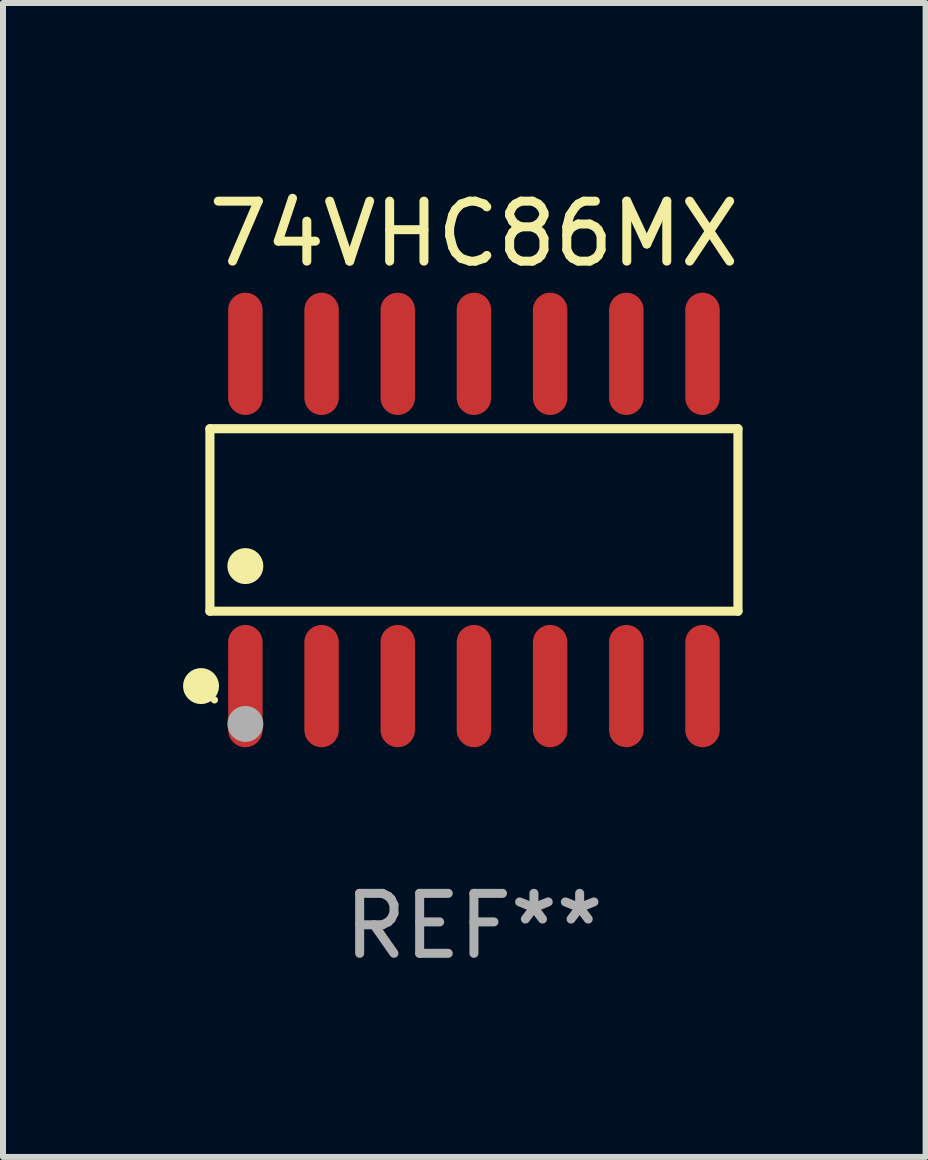
<source format=kicad_pcb>
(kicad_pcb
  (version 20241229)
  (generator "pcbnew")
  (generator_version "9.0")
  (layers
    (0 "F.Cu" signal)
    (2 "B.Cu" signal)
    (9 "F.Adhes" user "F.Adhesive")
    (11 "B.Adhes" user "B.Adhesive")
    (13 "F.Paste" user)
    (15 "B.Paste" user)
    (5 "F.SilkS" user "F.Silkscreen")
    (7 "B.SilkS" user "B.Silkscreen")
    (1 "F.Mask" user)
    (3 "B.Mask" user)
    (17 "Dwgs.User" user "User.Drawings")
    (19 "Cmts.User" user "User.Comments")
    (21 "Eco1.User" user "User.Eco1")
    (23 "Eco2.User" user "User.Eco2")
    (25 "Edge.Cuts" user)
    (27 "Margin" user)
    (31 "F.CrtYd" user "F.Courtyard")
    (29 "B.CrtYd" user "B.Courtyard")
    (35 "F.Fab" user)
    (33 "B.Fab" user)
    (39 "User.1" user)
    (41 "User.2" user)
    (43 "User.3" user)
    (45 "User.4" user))
  (footprint "74VHC86MX"
    (layer "F.Cu")
    (at 4.85 5.617)
    (property "Reference" "74VHC86MX" (at 0 -4.769 0) (layer "F.SilkS") (effects (font (size 1 1) (thickness 0.15))))
    (attr through_hole)
    (fp_line (start -4.401 -1.521) (end 4.401 -1.521) (stroke (width 0.152) (type solid)) (layer "F.SilkS"))
    (fp_line (start -4.401 1.521) (end -4.401 -1.521) (stroke (width 0.152) (type solid)) (layer "F.SilkS"))
    (fp_line (start 4.401 -1.521) (end 4.401 1.521) (stroke (width 0.152) (type solid)) (layer "F.SilkS"))
    (fp_line (start 4.401 1.521) (end -4.401 1.521) (stroke (width 0.152) (type solid)) (layer "F.SilkS"))
    (fp_circle (center -4.549 2.769) (end -4.399 2.769) (stroke (width 0.3) (type solid)) (fill no) (layer "F.SilkS"))
    (fp_circle (center -4.325 3) (end -4.295 3) (stroke (width 0.06) (type solid)) (fill no) (layer "F.SilkS"))
    (fp_circle (center -3.81 0.769) (end -3.66 0.769) (stroke (width 0.3) (type solid)) (fill no) (layer "F.SilkS"))
    (fp_circle (center -3.81 3.4) (end -3.66 3.4) (stroke (width 0.3) (type solid)) (fill no) (layer "F.Fab"))
    (fp_text user "REF**" (at 0 6.769 0) (layer "F.Fab") (effects (font (size 1 1) (thickness 0.15))))
    (pad "1" smd oval (at -3.81 2.769) (size 0.574 2.038) (layers "F.Cu" "F.Mask" "F.Paste"))
    (pad "2" smd oval (at -2.54 2.769) (size 0.574 2.038) (layers "F.Cu" "F.Mask" "F.Paste"))
    (pad "3" smd oval (at -1.27 2.769) (size 0.574 2.038) (layers "F.Cu" "F.Mask" "F.Paste"))
    (pad "4" smd oval (at 0 2.769) (size 0.574 2.038) (layers "F.Cu" "F.Mask" "F.Paste"))
    (pad "5" smd oval (at 1.27 2.769) (size 0.574 2.038) (layers "F.Cu" "F.Mask" "F.Paste"))
    (pad "6" smd oval (at 2.54 2.769) (size 0.574 2.038) (layers "F.Cu" "F.Mask" "F.Paste"))
    (pad "7" smd oval (at 3.81 2.769) (size 0.574 2.038) (layers "F.Cu" "F.Mask" "F.Paste"))
    (pad "8" smd oval (at 3.81 -2.769) (size 0.574 2.038) (layers "F.Cu" "F.Mask" "F.Paste"))
    (pad "9" smd oval (at 2.54 -2.769) (size 0.574 2.038) (layers "F.Cu" "F.Mask" "F.Paste"))
    (pad "10" smd oval (at 1.27 -2.769) (size 0.574 2.038) (layers "F.Cu" "F.Mask" "F.Paste"))
    (pad "11" smd oval (at 0 -2.769) (size 0.574 2.038) (layers "F.Cu" "F.Mask" "F.Paste"))
    (pad "12" smd oval (at -1.27 -2.769) (size 0.574 2.038) (layers "F.Cu" "F.Mask" "F.Paste"))
    (pad "13" smd oval (at -2.54 -2.769) (size 0.574 2.038) (layers "F.Cu" "F.Mask" "F.Paste"))
    (pad "14" smd oval (at -3.81 -2.769) (size 0.574 2.038) (layers "F.Cu" "F.Mask" "F.Paste")))
  (gr_rect
    (start -3 -3)
    (end 12.379 16.235)
    (stroke (width 0.1) (type default))
    (fill no)
    (layer "Edge.Cuts")))
</source>
